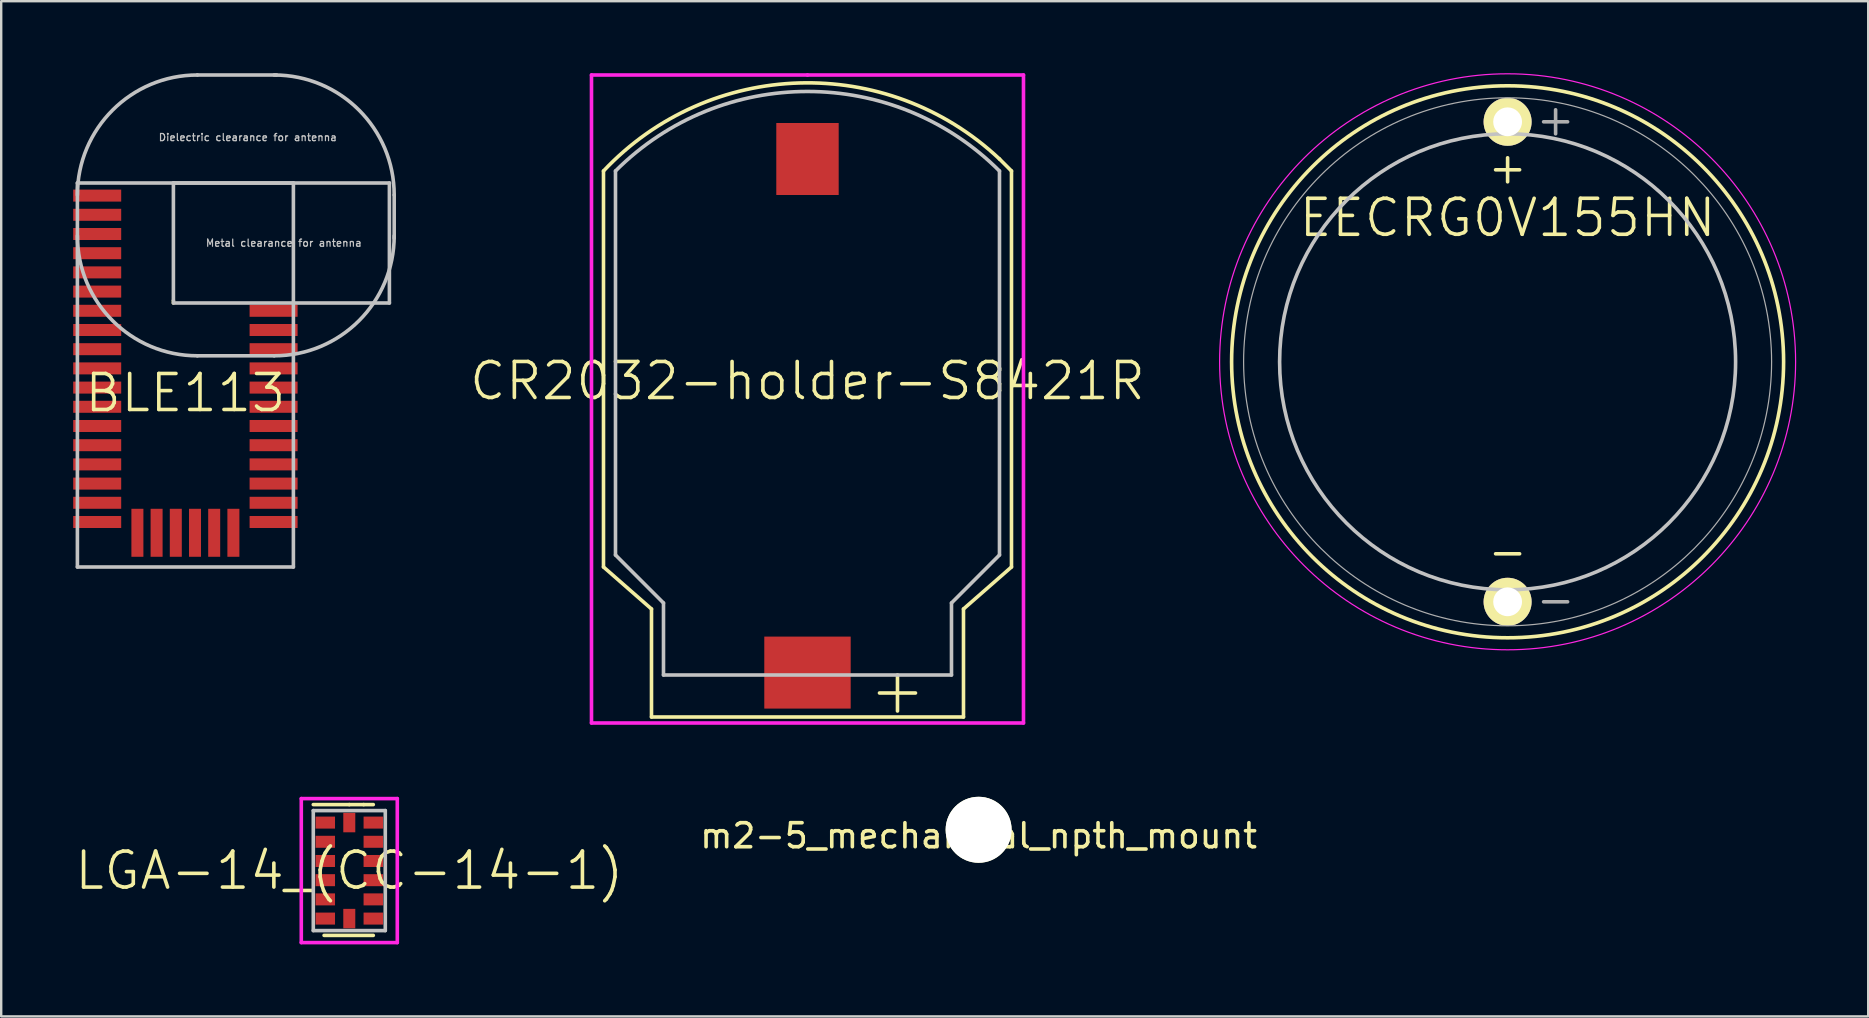
<source format=kicad_pcb>
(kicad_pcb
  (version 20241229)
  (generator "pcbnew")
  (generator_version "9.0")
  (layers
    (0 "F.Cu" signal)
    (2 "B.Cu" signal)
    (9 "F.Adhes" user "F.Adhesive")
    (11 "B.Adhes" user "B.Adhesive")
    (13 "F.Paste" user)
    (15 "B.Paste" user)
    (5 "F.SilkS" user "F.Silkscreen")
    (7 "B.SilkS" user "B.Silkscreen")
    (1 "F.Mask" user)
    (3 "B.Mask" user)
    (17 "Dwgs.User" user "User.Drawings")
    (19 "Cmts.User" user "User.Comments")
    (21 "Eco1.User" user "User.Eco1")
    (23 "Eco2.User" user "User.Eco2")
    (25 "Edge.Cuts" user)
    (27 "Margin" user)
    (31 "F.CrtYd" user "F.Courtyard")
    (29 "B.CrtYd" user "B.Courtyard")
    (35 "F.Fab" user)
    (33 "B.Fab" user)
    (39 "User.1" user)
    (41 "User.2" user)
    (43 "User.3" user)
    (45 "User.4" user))
  (footprint "m2-5_mechanical_npth_mount"
    (layer "F.Cu")
    (at 37.727 31.275)
    (property "Reference" "m2-5_mechanical_npth_mount" (at 0 0.5 0) (layer "F.SilkS") (effects (font (size 1 1) (thickness 0.15))))
    (attr through_hole)
    (pad "" np_thru_hole circle (at 0 0.25) (size 2.75 2.75) (drill 2.75) (layers "*.Cu" "*.Mask" "F.SilkS")))
  (footprint "BLE113"
    (layer "F.Cu")
    (at 4.675 12.575)
    (property "Reference" "BLE113" (at 0 0.75 0) (layer "F.SilkS") (effects (font (size 1.5 1.5) (thickness 0.15))))
    (attr through_hole)
    (fp_line (start -0.5 -3.1) (end -0.5 -3) (stroke (width 0.15) (type solid)) (layer "F.SilkS"))
    (fp_line (start -4.5 -8) (end -4.5 8) (stroke (width 0.15) (type solid)) (layer "Dwgs.User"))
    (fp_line (start -4.5 8) (end 4.5 8) (stroke (width 0.15) (type solid)) (layer "Dwgs.User"))
    (fp_line (start -0.5 -8) (end -0.5 -3.1) (stroke (width 0.15) (type solid)) (layer "Dwgs.User"))
    (fp_line (start -0.5 -3) (end 8.5 -3) (stroke (width 0.15) (type solid)) (layer "Dwgs.User"))
    (fp_line (start 0.5 -12.5) (end 3.8 -12.5) (stroke (width 0.15) (type solid)) (layer "Dwgs.User"))
    (fp_line (start 0.5 -0.8) (end 3.7 -0.8) (stroke (width 0.15) (type solid)) (layer "Dwgs.User"))
    (fp_line (start 4.5 -8) (end -4.5 -8) (stroke (width 0.15) (type solid)) (layer "Dwgs.User"))
    (fp_line (start 4.5 8) (end 4.5 -8) (stroke (width 0.15) (type solid)) (layer "Dwgs.User"))
    (fp_line (start 8.5 -8) (end -0.5 -8) (stroke (width 0.15) (type solid)) (layer "Dwgs.User"))
    (fp_line (start 8.5 -3) (end 8.5 -8) (stroke (width 0.15) (type solid)) (layer "Dwgs.User"))
    (fp_line (start 8.7 -7.5) (end 8.7 -5.7) (stroke (width 0.15) (type solid)) (layer "Dwgs.User"))
    (fp_arc (start -4.5 -7.5) (mid -3.035534 -11.035534) (end 0.5 -12.5) (stroke (width 0.15) (type solid)) (layer "Dwgs.User"))
    (fp_arc (start 0.5 -0.8) (mid -3.035534 -2.264466) (end -4.5 -5.8) (stroke (width 0.15) (type solid)) (layer "Dwgs.User"))
    (fp_arc (start 3.7 -12.5) (mid 7.235534 -11.035534) (end 8.7 -7.5) (stroke (width 0.15) (type solid)) (layer "Dwgs.User"))
    (fp_arc (start 8.7 -5.8) (mid 7.235534 -2.264466) (end 3.7 -0.8) (stroke (width 0.15) (type solid)) (layer "Dwgs.User"))
    (fp_text user "Metal clearance for antenna" (at 4.1 -5.5 0) (layer "Dwgs.User") (effects (font (size 0.3 0.3) (thickness 0.05))))
    (fp_text user "Dielectric clearance for antenna" (at 2.6 -9.9 0) (layer "Dwgs.User") (effects (font (size 0.3 0.3) (thickness 0.05))))
    (pad "1" smd rect (at -3.675 -7.475) (size 2 0.5) (layers "F.Cu" "F.Mask" "F.Paste"))
    (pad "2" smd rect (at -3.675 -6.675) (size 2 0.5) (layers "F.Cu" "F.Mask" "F.Paste"))
    (pad "3" smd rect (at -3.675 -5.875) (size 2 0.5) (layers "F.Cu" "F.Mask" "F.Paste"))
    (pad "4" smd rect (at -3.675 -5.075) (size 2 0.5) (layers "F.Cu" "F.Mask" "F.Paste"))
    (pad "5" smd rect (at -3.675 -4.275) (size 2 0.5) (layers "F.Cu" "F.Mask" "F.Paste"))
    (pad "6" smd rect (at -3.675 -3.475) (size 2 0.5) (layers "F.Cu" "F.Mask" "F.Paste"))
    (pad "7" smd rect (at -3.675 -2.675) (size 2 0.5) (layers "F.Cu" "F.Mask" "F.Paste"))
    (pad "8" smd rect (at -3.675 -1.875) (size 2 0.5) (layers "F.Cu" "F.Mask" "F.Paste"))
    (pad "9" smd rect (at -3.675 -1.075) (size 2 0.5) (layers "F.Cu" "F.Mask" "F.Paste"))
    (pad "10" smd rect (at -3.675 -0.275) (size 2 0.5) (layers "F.Cu" "F.Mask" "F.Paste"))
    (pad "11" smd rect (at -3.675 0.525) (size 2 0.5) (layers "F.Cu" "F.Mask" "F.Paste"))
    (pad "12" smd rect (at -3.675 1.325) (size 2 0.5) (layers "F.Cu" "F.Mask" "F.Paste"))
    (pad "13" smd rect (at -3.675 2.125) (size 2 0.5) (layers "F.Cu" "F.Mask" "F.Paste"))
    (pad "14" smd rect (at -3.675 2.925) (size 2 0.5) (layers "F.Cu" "F.Mask" "F.Paste"))
    (pad "15" smd rect (at -3.675 3.725) (size 2 0.5) (layers "F.Cu" "F.Mask" "F.Paste"))
    (pad "16" smd rect (at -3.675 4.525) (size 2 0.5) (layers "F.Cu" "F.Mask" "F.Paste"))
    (pad "17" smd rect (at -3.675 5.325) (size 2 0.5) (layers "F.Cu" "F.Mask" "F.Paste"))
    (pad "18" smd rect (at -3.675 6.125) (size 2 0.5) (layers "F.Cu" "F.Mask" "F.Paste"))
    (pad "19" smd rect (at -2 6.575 90) (size 2 0.5) (layers "F.Cu" "F.Mask" "F.Paste"))
    (pad "20" smd rect (at -1.2 6.575 90) (size 2 0.5) (layers "F.Cu" "F.Mask" "F.Paste"))
    (pad "21" smd rect (at -0.4 6.575 90) (size 2 0.5) (layers "F.Cu" "F.Mask" "F.Paste"))
    (pad "22" smd rect (at 0.4 6.575 90) (size 2 0.5) (layers "F.Cu" "F.Mask" "F.Paste"))
    (pad "23" smd rect (at 1.2 6.575 90) (size 2 0.5) (layers "F.Cu" "F.Mask" "F.Paste"))
    (pad "24" smd rect (at 2 6.575 90) (size 2 0.5) (layers "F.Cu" "F.Mask" "F.Paste"))
    (pad "25" smd rect (at 3.675 6.125) (size 2 0.5) (layers "F.Cu" "F.Mask" "F.Paste"))
    (pad "26" smd rect (at 3.675 5.325) (size 2 0.5) (layers "F.Cu" "F.Mask" "F.Paste"))
    (pad "27" smd rect (at 3.675 4.525) (size 2 0.5) (layers "F.Cu" "F.Mask" "F.Paste"))
    (pad "28" smd rect (at 3.675 3.725) (size 2 0.5) (layers "F.Cu" "F.Mask" "F.Paste"))
    (pad "29" smd rect (at 3.675 2.925) (size 2 0.5) (layers "F.Cu" "F.Mask" "F.Paste"))
    (pad "30" smd rect (at 3.675 2.125) (size 2 0.5) (layers "F.Cu" "F.Mask" "F.Paste"))
    (pad "31" smd rect (at 3.675 1.325) (size 2 0.5) (layers "F.Cu" "F.Mask" "F.Paste"))
    (pad "32" smd rect (at 3.675 0.525) (size 2 0.5) (layers "F.Cu" "F.Mask" "F.Paste"))
    (pad "33" smd rect (at 3.675 -0.275) (size 2 0.5) (layers "F.Cu" "F.Mask" "F.Paste"))
    (pad "34" smd rect (at 3.675 -1.075) (size 2 0.5) (layers "F.Cu" "F.Mask" "F.Paste"))
    (pad "35" smd rect (at 3.675 -1.875) (size 2 0.5) (layers "F.Cu" "F.Mask" "F.Paste"))
    (pad "36" smd rect (at 3.675 -2.675) (size 2 0.5) (layers "F.Cu" "F.Mask" "F.Paste")))
  (footprint "CR2032-holder-S8421R"
    (layer "F.Cu")
    (at 30.596 12.075)
    (property "Reference" "CR2032-holder-S8421R" (at 0 0.75 0) (layer "F.SilkS") (effects (font (size 1.5 1.5) (thickness 0.15))))
    (attr through_hole)
    (fp_line (start -8.5 8.5) (end -8.5 -8) (stroke (width 0.15) (type solid)) (layer "F.SilkS"))
    (fp_line (start -6.5 10.25) (end -8.5 8.5) (stroke (width 0.15) (type solid)) (layer "F.SilkS"))
    (fp_line (start -6.5 14.75) (end -6.5 10.25) (stroke (width 0.15) (type solid)) (layer "F.SilkS"))
    (fp_line (start 3.75 14.5) (end 3.75 13) (stroke (width 0.15) (type solid)) (layer "F.SilkS"))
    (fp_line (start 4.5 13.75) (end 3 13.75) (stroke (width 0.15) (type solid)) (layer "F.SilkS"))
    (fp_line (start 6.5 10.25) (end 6.5 14.75) (stroke (width 0.15) (type solid)) (layer "F.SilkS"))
    (fp_line (start 6.5 14.75) (end -6.5 14.75) (stroke (width 0.15) (type solid)) (layer "F.SilkS"))
    (fp_line (start 8 -8.5) (end 8.5 -8) (stroke (width 0.15) (type solid)) (layer "F.SilkS"))
    (fp_line (start 8.5 -8) (end 8.5 8.5) (stroke (width 0.15) (type solid)) (layer "F.SilkS"))
    (fp_line (start 8.5 8.5) (end 6.5 10.25) (stroke (width 0.15) (type solid)) (layer "F.SilkS"))
    (fp_arc (start -8.5 -8) (mid -0.353553 -11.667262) (end 8 -8.5) (stroke (width 0.15) (type solid)) (layer "F.SilkS"))
    (fp_line (start -8 -8) (end -8 8) (stroke (width 0.15) (type solid)) (layer "Dwgs.User"))
    (fp_line (start -8 8) (end -6 10) (stroke (width 0.15) (type solid)) (layer "Dwgs.User"))
    (fp_line (start -6 10) (end -6 13) (stroke (width 0.15) (type solid)) (layer "Dwgs.User"))
    (fp_line (start -6 13) (end 6 13) (stroke (width 0.15) (type solid)) (layer "Dwgs.User"))
    (fp_line (start 6 10) (end 8 8) (stroke (width 0.15) (type solid)) (layer "Dwgs.User"))
    (fp_line (start 6 13) (end 6 10) (stroke (width 0.15) (type solid)) (layer "Dwgs.User"))
    (fp_line (start 8 8) (end 8 -8) (stroke (width 0.15) (type solid)) (layer "Dwgs.User"))
    (fp_arc (start -8 -8) (mid 0 -11.313708) (end 8 -8) (stroke (width 0.15) (type solid)) (layer "Dwgs.User"))
    (fp_line (start -9 -12) (end -9 15) (stroke (width 0.15) (type solid)) (layer "F.CrtYd"))
    (fp_line (start -9 15) (end 9 15) (stroke (width 0.15) (type solid)) (layer "F.CrtYd"))
    (fp_line (start 0 -12) (end -9 -12) (stroke (width 0.15) (type solid)) (layer "F.CrtYd"))
    (fp_line (start 9 -12) (end 0 -12) (stroke (width 0.15) (type solid)) (layer "F.CrtYd"))
    (fp_line (start 9 15) (end 9 -12) (stroke (width 0.15) (type solid)) (layer "F.CrtYd"))
    (pad "1" smd rect (at 0 12.9) (size 3.6 3) (layers "F.Cu" "F.Mask" "F.Paste"))
    (pad "2" smd rect (at 0 -8.5) (size 2.6 3) (layers "F.Cu" "F.Mask" "F.Paste")))
  (footprint "EECRG0V155HN"
    (layer "F.Cu")
    (at 59.768 2.025)
    (property "Reference" "EECRG0V155HN" (at 0 4 0) (layer "F.SilkS") (effects (font (size 1.5 1.5) (thickness 0.15))))
    (attr through_hole)
    (fp_line (start -0.5 2) (end 0.5 2) (stroke (width 0.15) (type solid)) (layer "F.SilkS"))
    (fp_line (start 0 1.5) (end 0 2.5) (stroke (width 0.15) (type solid)) (layer "F.SilkS"))
    (fp_line (start 0.5 18) (end -0.5 18) (stroke (width 0.15) (type solid)) (layer "F.SilkS"))
    (fp_circle (center 0 10) (end 11.5 10) (stroke (width 0.15) (type solid)) (fill no) (layer "F.SilkS"))
    (fp_circle (center 0 10) (end 9.5 10) (stroke (width 0.15) (type solid)) (fill no) (layer "Dwgs.User"))
    (fp_circle (center 0 10) (end 12 10) (stroke (width 0.05) (type solid)) (fill no) (layer "F.CrtYd"))
    (fp_line (start 1.5 0) (end 2.5 0) (stroke (width 0.15) (type solid)) (layer "F.Fab"))
    (fp_line (start 1.5 20) (end 2.5 20) (stroke (width 0.15) (type solid)) (layer "F.Fab"))
    (fp_line (start 2 -0.5) (end 2 0.5) (stroke (width 0.15) (type solid)) (layer "F.Fab"))
    (fp_circle (center 0 10) (end 11 10) (stroke (width 0.05) (type solid)) (fill no) (layer "F.Fab"))
    (pad "1" thru_hole circle (at 0 0) (size 2 2) (drill 1.2) (layers "*.Cu" "*.Mask" "F.SilkS"))
    (pad "2" thru_hole circle (at 0 20) (size 2 2) (drill 1.2) (layers "*.Cu" "*.Mask" "F.SilkS")))
  (footprint "LGA-14_(CC-14-1)"
    (layer "F.Cu")
    (at 11.504 33.225)
    (property "Reference" "LGA-14_(CC-14-1)" (at 0 0 0) (layer "F.SilkS") (effects (font (size 1.5 1.5) (thickness 0.15))))
    (attr through_hole)
    (fp_line (start 0 -2.75) (end -1.5 -2.75) (stroke (width 0.15) (type solid)) (layer "F.SilkS"))
    (fp_line (start 0 -2.75) (end 0.6 -2.75) (stroke (width 0.15) (type solid)) (layer "F.SilkS"))
    (fp_line (start 0.6 -2.75) (end 1 -2.75) (stroke (width 0.15) (type solid)) (layer "F.SilkS"))
    (fp_line (start 1 2.7) (end -1.05 2.7) (stroke (width 0.15) (type solid)) (layer "F.SilkS"))
    (fp_line (start -1.5 -2.5) (end 1.5 -2.5) (stroke (width 0.15) (type solid)) (layer "Dwgs.User"))
    (fp_line (start -1.5 2.5) (end -1.5 -2.5) (stroke (width 0.15) (type solid)) (layer "Dwgs.User"))
    (fp_line (start 1.5 -2.5) (end 1.5 2.5) (stroke (width 0.15) (type solid)) (layer "Dwgs.User"))
    (fp_line (start 1.5 2.5) (end -1.5 2.5) (stroke (width 0.15) (type solid)) (layer "Dwgs.User"))
    (fp_line (start -2 -3) (end 2 -3) (stroke (width 0.15) (type solid)) (layer "F.CrtYd"))
    (fp_line (start -2 3) (end -2 -3) (stroke (width 0.15) (type solid)) (layer "F.CrtYd"))
    (fp_line (start 2 -3) (end 2 3) (stroke (width 0.15) (type solid)) (layer "F.CrtYd"))
    (fp_line (start 2 3) (end -2 3) (stroke (width 0.15) (type solid)) (layer "F.CrtYd"))
    (pad "1" smd rect (at -1 -2) (size 0.81 0.5) (layers "F.Cu" "F.Mask" "F.Paste"))
    (pad "2" smd rect (at -1 -1.2) (size 0.81 0.5) (layers "F.Cu" "F.Mask" "F.Paste"))
    (pad "3" smd rect (at -1 -0.4) (size 0.81 0.5) (layers "F.Cu" "F.Mask" "F.Paste"))
    (pad "4" smd rect (at -1 0.4) (size 0.81 0.5) (layers "F.Cu" "F.Mask" "F.Paste"))
    (pad "5" smd rect (at -1 1.2) (size 0.81 0.5) (layers "F.Cu" "F.Mask" "F.Paste"))
    (pad "6" smd rect (at -1 2) (size 0.81 0.5) (layers "F.Cu" "F.Mask" "F.Paste"))
    (pad "7" smd rect (at 0 2 90) (size 0.81 0.5) (layers "F.Cu" "F.Mask" "F.Paste"))
    (pad "8" smd rect (at 1 2) (size 0.81 0.5) (layers "F.Cu" "F.Mask" "F.Paste"))
    (pad "9" smd rect (at 1 1.2) (size 0.81 0.5) (layers "F.Cu" "F.Mask" "F.Paste"))
    (pad "10" smd rect (at 1 0.4) (size 0.81 0.5) (layers "F.Cu" "F.Mask" "F.Paste"))
    (pad "11" smd rect (at 1 -0.4) (size 0.81 0.5) (layers "F.Cu" "F.Mask" "F.Paste"))
    (pad "12" smd rect (at 1 -1.2) (size 0.81 0.5) (layers "F.Cu" "F.Mask" "F.Paste"))
    (pad "13" smd rect (at 1 -2) (size 0.81 0.5) (layers "F.Cu" "F.Mask" "F.Paste"))
    (pad "14" smd rect (at 0 -2 90) (size 0.81 0.5) (layers "F.Cu" "F.Mask" "F.Paste")))
  (gr_rect
    (start -3 -3)
    (end 74.793 39.3)
    (stroke (width 0.1) (type default))
    (fill no)
    (layer "Edge.Cuts")))
</source>
